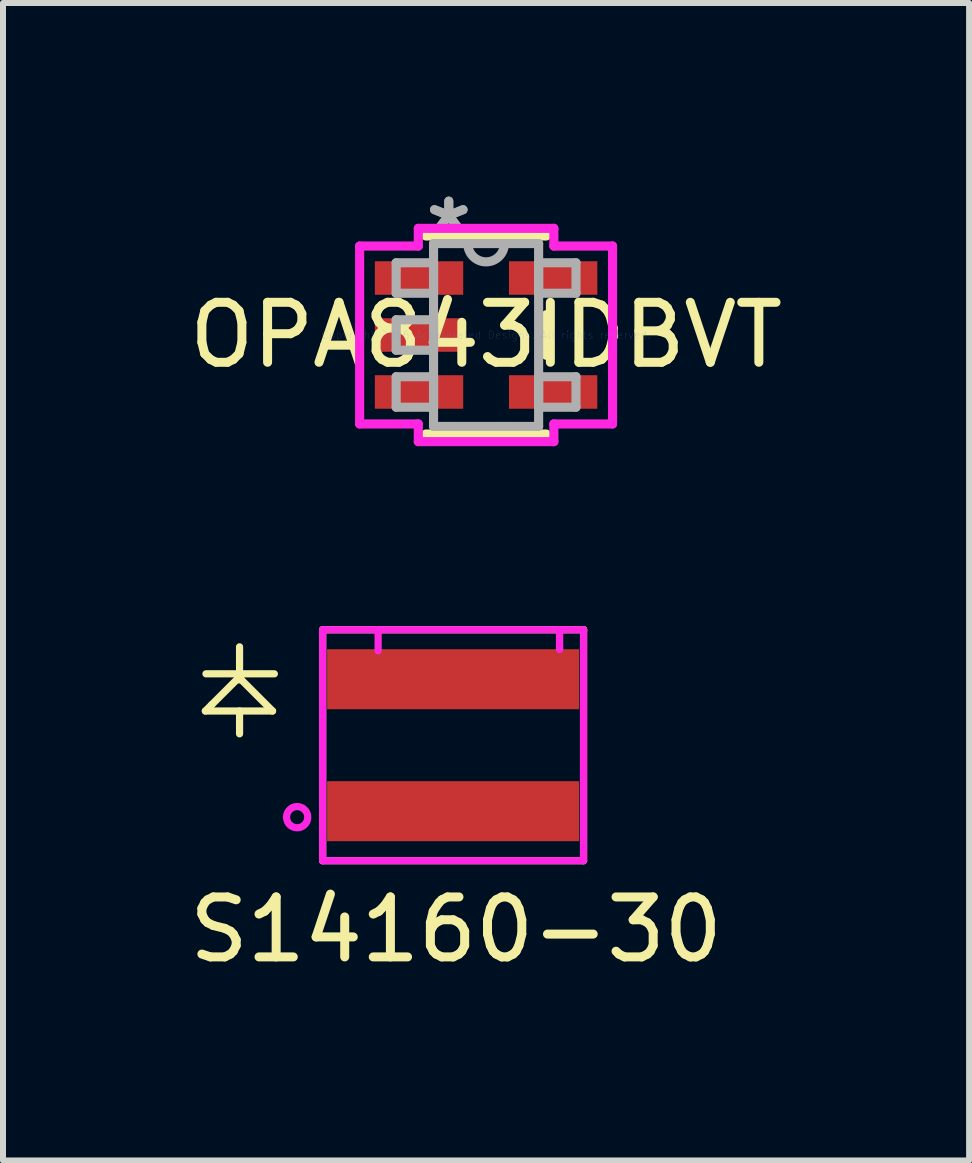
<source format=kicad_pcb>
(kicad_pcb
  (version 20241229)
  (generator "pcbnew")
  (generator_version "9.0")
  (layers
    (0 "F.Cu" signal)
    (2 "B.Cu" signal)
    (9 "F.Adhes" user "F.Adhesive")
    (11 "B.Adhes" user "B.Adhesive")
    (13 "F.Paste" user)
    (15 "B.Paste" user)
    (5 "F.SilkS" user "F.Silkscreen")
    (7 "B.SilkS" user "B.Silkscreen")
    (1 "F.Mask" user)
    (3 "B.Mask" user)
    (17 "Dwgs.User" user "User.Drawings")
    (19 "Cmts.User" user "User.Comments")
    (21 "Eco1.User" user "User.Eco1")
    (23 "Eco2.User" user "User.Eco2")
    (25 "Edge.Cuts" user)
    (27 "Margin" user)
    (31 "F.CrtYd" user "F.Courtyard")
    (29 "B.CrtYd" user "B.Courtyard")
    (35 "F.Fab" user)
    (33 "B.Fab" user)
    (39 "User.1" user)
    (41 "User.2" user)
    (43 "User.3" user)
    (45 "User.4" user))
  (footprint "S14160-30"
    (layer "F.Cu")
    (at 4.754 9.374)
    (property "Reference" "S14160-30" (at -0.2 3.075 0) (unlocked yes) (layer "F.SilkS") (effects (font (size 1 1) (thickness 0.15))))
    (attr through_hole)
    (fp_line (start -4.38 -0.57) (end -3.26 -0.57) (stroke (width 0.12) (type solid)) (layer "F.SilkS"))
    (fp_line (start -4.37 -1.19) (end -3.23 -1.19) (stroke (width 0.12) (type solid)) (layer "F.SilkS"))
    (fp_line (start -4.27 -0.68) (end -4.38 -0.57) (stroke (width 0.12) (type solid)) (layer "F.SilkS"))
    (fp_line (start -3.82 -1.13) (end -4.27 -0.68) (stroke (width 0.12) (type solid)) (layer "F.SilkS"))
    (fp_line (start -3.81 -1.64) (end -3.81 -1.24) (stroke (width 0.12) (type solid)) (layer "F.SilkS"))
    (fp_line (start -3.81 -0.57) (end -3.81 -0.19) (stroke (width 0.12) (type solid)) (layer "F.SilkS"))
    (fp_line (start -3.78 -1.09) (end -3.85 -1.09) (stroke (width 0.12) (type solid)) (layer "F.SilkS"))
    (fp_line (start -3.26 -0.57) (end -3.78 -1.09) (stroke (width 0.12) (type solid)) (layer "F.SilkS"))
    (fp_line (start -2.425 -1.925) (end -2.425 1.925) (stroke (width 0.12) (type solid)) (layer "F.SilkS"))
    (fp_line (start -2.425 1.925) (end 1.925 1.925) (stroke (width 0.12) (type solid)) (layer "F.SilkS"))
    (fp_line (start 1.925 -1.925) (end -2.425 -1.925) (stroke (width 0.12) (type solid)) (layer "F.SilkS"))
    (fp_line (start 1.925 -1.925) (end 1.925 -1.9) (stroke (width 0.12) (type solid)) (layer "F.SilkS"))
    (fp_line (start 1.925 1.925) (end 1.925 -1.925) (stroke (width 0.12) (type solid)) (layer "F.SilkS"))
    (fp_line (start -2.425 -1.925) (end 1.925 -1.925) (stroke (width 0.12) (type solid)) (layer "F.CrtYd"))
    (fp_line (start -2.425 1.925) (end -2.425 -1.925) (stroke (width 0.12) (type solid)) (layer "F.CrtYd"))
    (fp_line (start -1.5 -1.925) (end -1.5 -1.575) (stroke (width 0.12) (type solid)) (layer "F.CrtYd"))
    (fp_line (start 1.525 -1.85) (end 1.525 -1.6) (stroke (width 0.12) (type solid)) (layer "F.CrtYd"))
    (fp_line (start 1.525 -1.6) (end 1.525 -1.925) (stroke (width 0.12) (type solid)) (layer "F.CrtYd"))
    (fp_line (start 1.925 -1.925) (end 1.925 1.925) (stroke (width 0.12) (type solid)) (layer "F.CrtYd"))
    (fp_line (start 1.925 1.925) (end -2.425 1.925) (stroke (width 0.12) (type solid)) (layer "F.CrtYd"))
    (fp_circle (center -2.85 1.2) (end -2.725 1.325) (stroke (width 0.12) (type solid)) (fill no) (layer "F.CrtYd"))
    (pad "1" smd rect (at -0.25 1.1) (size 4.2 1) (layers "F.Cu" "F.Mask" "F.Paste"))
    (pad "2" smd rect (at -0.25 -1.1) (size 4.2 1) (layers "F.Cu" "F.Mask" "F.Paste")))
  (footprint "OPA843IDBVT"
    (layer "F.Cu")
    (at 5.054 2.535)
    (property "Reference" "OPA843IDBVT" (at 0 0 0) (layer "F.SilkS") (effects (font (size 1 1) (thickness 0.15))))
    (attr through_hole)
    (fp_line (start -1.003 1.651) (end 1.003 1.651) (stroke (width 0.152) (type solid)) (layer "F.SilkS"))
    (fp_line (start 1.003 -1.651) (end -1.003 -1.651) (stroke (width 0.152) (type solid)) (layer "F.SilkS"))
    (fp_line (start 1.003 0.338) (end 1.003 -0.338) (stroke (width 0.152) (type solid)) (layer "F.SilkS"))
    (fp_line (start -2.108 -1.483) (end -1.13 -1.483) (stroke (width 0.152) (type solid)) (layer "F.CrtYd"))
    (fp_line (start -2.108 1.483) (end -2.108 -1.483) (stroke (width 0.152) (type solid)) (layer "F.CrtYd"))
    (fp_line (start -1.13 -1.778) (end 1.13 -1.778) (stroke (width 0.152) (type solid)) (layer "F.CrtYd"))
    (fp_line (start -1.13 -1.483) (end -1.13 -1.778) (stroke (width 0.152) (type solid)) (layer "F.CrtYd"))
    (fp_line (start -1.13 1.483) (end -2.108 1.483) (stroke (width 0.152) (type solid)) (layer "F.CrtYd"))
    (fp_line (start -1.13 1.778) (end -1.13 1.483) (stroke (width 0.152) (type solid)) (layer "F.CrtYd"))
    (fp_line (start 1.13 -1.778) (end 1.13 -1.483) (stroke (width 0.152) (type solid)) (layer "F.CrtYd"))
    (fp_line (start 1.13 -1.483) (end 2.108 -1.483) (stroke (width 0.152) (type solid)) (layer "F.CrtYd"))
    (fp_line (start 1.13 1.483) (end 1.13 1.778) (stroke (width 0.152) (type solid)) (layer "F.CrtYd"))
    (fp_line (start 1.13 1.778) (end -1.13 1.778) (stroke (width 0.152) (type solid)) (layer "F.CrtYd"))
    (fp_line (start 2.108 -1.483) (end 2.108 1.483) (stroke (width 0.152) (type solid)) (layer "F.CrtYd"))
    (fp_line (start 2.108 1.483) (end 1.13 1.483) (stroke (width 0.152) (type solid)) (layer "F.CrtYd"))
    (fp_line (start -1.499 -1.204) (end -1.499 -0.696) (stroke (width 0.152) (type solid)) (layer "F.Fab"))
    (fp_line (start -1.499 -0.696) (end -0.876 -0.696) (stroke (width 0.152) (type solid)) (layer "F.Fab"))
    (fp_line (start -1.499 -0.254) (end -1.499 0.254) (stroke (width 0.152) (type solid)) (layer "F.Fab"))
    (fp_line (start -1.499 0.254) (end -0.876 0.254) (stroke (width 0.152) (type solid)) (layer "F.Fab"))
    (fp_line (start -1.499 0.696) (end -1.499 1.204) (stroke (width 0.152) (type solid)) (layer "F.Fab"))
    (fp_line (start -1.499 1.204) (end -0.876 1.204) (stroke (width 0.152) (type solid)) (layer "F.Fab"))
    (fp_line (start -0.876 -1.524) (end -0.876 1.524) (stroke (width 0.152) (type solid)) (layer "F.Fab"))
    (fp_line (start -0.876 -1.204) (end -1.499 -1.204) (stroke (width 0.152) (type solid)) (layer "F.Fab"))
    (fp_line (start -0.876 -0.696) (end -0.876 -1.204) (stroke (width 0.152) (type solid)) (layer "F.Fab"))
    (fp_line (start -0.876 -0.254) (end -1.499 -0.254) (stroke (width 0.152) (type solid)) (layer "F.Fab"))
    (fp_line (start -0.876 0.254) (end -0.876 -0.254) (stroke (width 0.152) (type solid)) (layer "F.Fab"))
    (fp_line (start -0.876 0.696) (end -1.499 0.696) (stroke (width 0.152) (type solid)) (layer "F.Fab"))
    (fp_line (start -0.876 1.204) (end -0.876 0.696) (stroke (width 0.152) (type solid)) (layer "F.Fab"))
    (fp_line (start -0.876 1.524) (end 0.876 1.524) (stroke (width 0.152) (type solid)) (layer "F.Fab"))
    (fp_line (start 0.876 -1.524) (end -0.876 -1.524) (stroke (width 0.152) (type solid)) (layer "F.Fab"))
    (fp_line (start 0.876 -1.204) (end 0.876 -0.696) (stroke (width 0.152) (type solid)) (layer "F.Fab"))
    (fp_line (start 0.876 -0.696) (end 1.499 -0.696) (stroke (width 0.152) (type solid)) (layer "F.Fab"))
    (fp_line (start 0.876 0.696) (end 0.876 1.204) (stroke (width 0.152) (type solid)) (layer "F.Fab"))
    (fp_line (start 0.876 1.204) (end 1.499 1.204) (stroke (width 0.152) (type solid)) (layer "F.Fab"))
    (fp_line (start 0.876 1.524) (end 0.876 -1.524) (stroke (width 0.152) (type solid)) (layer "F.Fab"))
    (fp_line (start 1.499 -1.204) (end 0.876 -1.204) (stroke (width 0.152) (type solid)) (layer "F.Fab"))
    (fp_line (start 1.499 -0.696) (end 1.499 -1.204) (stroke (width 0.152) (type solid)) (layer "F.Fab"))
    (fp_line (start 1.499 0.696) (end 0.876 0.696) (stroke (width 0.152) (type solid)) (layer "F.Fab"))
    (fp_line (start 1.499 1.204) (end 1.499 0.696) (stroke (width 0.152) (type solid)) (layer "F.Fab"))
    (fp_arc (start 0.3048 -1.524) (mid 0 -1.2192) (end -0.3048 -1.524) (stroke (width 0.1524) (type solid)) (layer "F.Fab"))
    (fp_text user "Copyright 2016 Accelerated Designs. All rights reserved." (at 0 0 0) (layer "Cmts.User") (effects (font (size 0.127 0.127) (thickness 0.002))))
    (fp_text user "*" (at -0.622 -1.687 0) (layer "F.Fab") (effects (font (size 1 1) (thickness 0.15))))
    (fp_text user "*" (at -0.622 -1.687 0) (layer "F.Fab") (effects (font (size 1 1) (thickness 0.15))))
    (pad "1" smd rect (at -1.118 -0.95) (size 1.473 0.559) (layers "F.Cu" "F.Mask" "F.Paste"))
    (pad "2" smd rect (at -1.118 0) (size 1.473 0.559) (layers "F.Cu" "F.Mask" "F.Paste"))
    (pad "3" smd rect (at -1.118 0.95) (size 1.473 0.559) (layers "F.Cu" "F.Mask" "F.Paste"))
    (pad "4" smd rect (at 1.118 0.95) (size 1.473 0.559) (layers "F.Cu" "F.Mask" "F.Paste"))
    (pad "5" smd rect (at 1.118 -0.95) (size 1.473 0.559) (layers "F.Cu" "F.Mask" "F.Paste")))
  (gr_rect
    (start -3 -3)
    (end 13.107 16.297)
    (stroke (width 0.1) (type default))
    (fill no)
    (layer "Edge.Cuts")))
</source>
